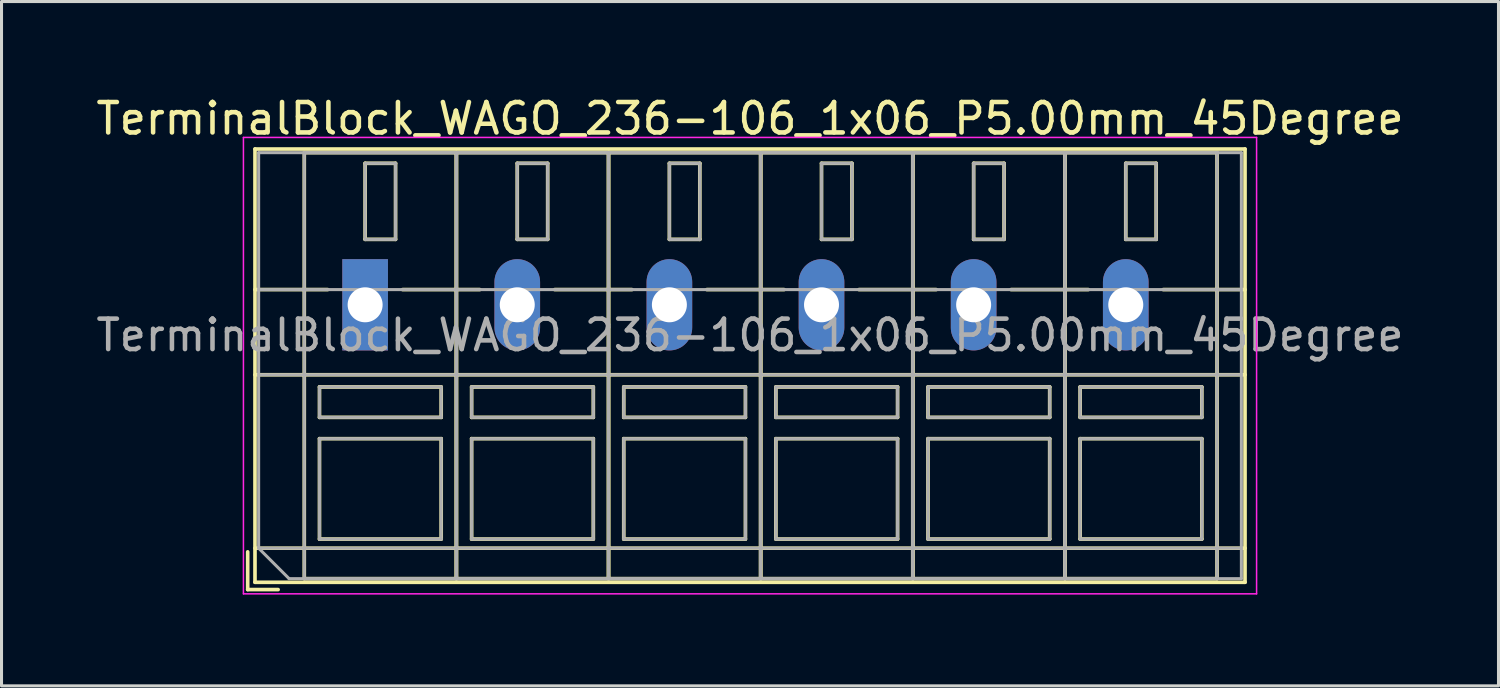
<source format=kicad_pcb>
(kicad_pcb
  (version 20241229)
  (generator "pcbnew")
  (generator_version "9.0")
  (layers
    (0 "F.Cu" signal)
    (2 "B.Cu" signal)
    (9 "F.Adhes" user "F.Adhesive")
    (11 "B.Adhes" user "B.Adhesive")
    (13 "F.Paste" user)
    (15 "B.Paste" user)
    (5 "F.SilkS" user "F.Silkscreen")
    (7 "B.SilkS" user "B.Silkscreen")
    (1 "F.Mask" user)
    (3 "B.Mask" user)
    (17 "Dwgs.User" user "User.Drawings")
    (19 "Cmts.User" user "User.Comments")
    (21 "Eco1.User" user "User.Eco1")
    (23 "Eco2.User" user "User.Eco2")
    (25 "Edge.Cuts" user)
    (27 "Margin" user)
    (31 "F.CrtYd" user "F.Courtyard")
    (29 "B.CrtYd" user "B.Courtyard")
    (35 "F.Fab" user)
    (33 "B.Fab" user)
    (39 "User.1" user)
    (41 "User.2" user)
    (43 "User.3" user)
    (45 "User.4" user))
  (footprint "TerminalBlock_WAGO_236-106_1x06_P5.00mm_45Degree"
    (layer "F.Cu")
    (at 8.951 6.968)
    (property "Reference" "TerminalBlock_WAGO_236-106_1x06_P5.00mm_45Degree" (at 12.65 -6.12 0) (layer "F.SilkS") (effects (font (size 1 1) (thickness 0.15))))
    (attr through_hole)
    (fp_line (start -3.86 8.12) (end -3.86 9.36) (stroke (width 0.12) (type solid)) (layer "F.SilkS"))
    (fp_line (start -3.86 9.36) (end -2.86 9.36) (stroke (width 0.12) (type solid)) (layer "F.SilkS"))
    (fp_line (start -3.62 -5.12) (end -3.62 9.12) (stroke (width 0.12) (type solid)) (layer "F.SilkS"))
    (fp_line (start -3.62 -5.12) (end 28.92 -5.12) (stroke (width 0.12) (type solid)) (layer "F.SilkS"))
    (fp_line (start -3.62 -0.5) (end -1.23 -0.5) (stroke (width 0.12) (type solid)) (layer "F.SilkS"))
    (fp_line (start -3.62 2.3) (end 28.92 2.3) (stroke (width 0.12) (type solid)) (layer "F.SilkS"))
    (fp_line (start -3.62 8) (end 28.92 8) (stroke (width 0.12) (type solid)) (layer "F.SilkS"))
    (fp_line (start -3.62 9.12) (end 28.92 9.12) (stroke (width 0.12) (type solid)) (layer "F.SilkS"))
    (fp_line (start -2 -5) (end -2 9) (stroke (width 0.12) (type solid)) (layer "F.SilkS"))
    (fp_line (start -2 -5) (end 3 -5) (stroke (width 0.12) (type solid)) (layer "F.SilkS"))
    (fp_line (start -2 9) (end 3 9) (stroke (width 0.12) (type solid)) (layer "F.SilkS"))
    (fp_line (start -1.5 2.7) (end -1.5 3.7) (stroke (width 0.12) (type solid)) (layer "F.SilkS"))
    (fp_line (start -1.5 2.7) (end 2.5 2.7) (stroke (width 0.12) (type solid)) (layer "F.SilkS"))
    (fp_line (start -1.5 3.7) (end 2.5 3.7) (stroke (width 0.12) (type solid)) (layer "F.SilkS"))
    (fp_line (start -1.5 4.4) (end -1.5 7.7) (stroke (width 0.12) (type solid)) (layer "F.SilkS"))
    (fp_line (start -1.5 4.4) (end 2.5 4.4) (stroke (width 0.12) (type solid)) (layer "F.SilkS"))
    (fp_line (start -1.5 7.7) (end 2.5 7.7) (stroke (width 0.12) (type solid)) (layer "F.SilkS"))
    (fp_line (start 0 -4.65) (end 0 -2.151) (stroke (width 0.12) (type solid)) (layer "F.SilkS"))
    (fp_line (start 0 -4.65) (end 1 -4.65) (stroke (width 0.12) (type solid)) (layer "F.SilkS"))
    (fp_line (start 0 -2.151) (end 1 -2.151) (stroke (width 0.12) (type solid)) (layer "F.SilkS"))
    (fp_line (start 1 -4.65) (end 1 -2.151) (stroke (width 0.12) (type solid)) (layer "F.SilkS"))
    (fp_line (start 1.23 -0.5) (end 3.77 -0.5) (stroke (width 0.12) (type solid)) (layer "F.SilkS"))
    (fp_line (start 2.5 2.7) (end 2.5 3.7) (stroke (width 0.12) (type solid)) (layer "F.SilkS"))
    (fp_line (start 2.5 4.4) (end 2.5 7.7) (stroke (width 0.12) (type solid)) (layer "F.SilkS"))
    (fp_line (start 3 -5) (end 3 9) (stroke (width 0.12) (type solid)) (layer "F.SilkS"))
    (fp_line (start 3 -5) (end 3 9) (stroke (width 0.12) (type solid)) (layer "F.SilkS"))
    (fp_line (start 3 -5) (end 8 -5) (stroke (width 0.12) (type solid)) (layer "F.SilkS"))
    (fp_line (start 3 9) (end 8 9) (stroke (width 0.12) (type solid)) (layer "F.SilkS"))
    (fp_line (start 3.5 2.7) (end 3.5 3.7) (stroke (width 0.12) (type solid)) (layer "F.SilkS"))
    (fp_line (start 3.5 2.7) (end 7.5 2.7) (stroke (width 0.12) (type solid)) (layer "F.SilkS"))
    (fp_line (start 3.5 3.7) (end 7.5 3.7) (stroke (width 0.12) (type solid)) (layer "F.SilkS"))
    (fp_line (start 3.5 4.4) (end 3.5 7.7) (stroke (width 0.12) (type solid)) (layer "F.SilkS"))
    (fp_line (start 3.5 4.4) (end 7.5 4.4) (stroke (width 0.12) (type solid)) (layer "F.SilkS"))
    (fp_line (start 3.5 7.7) (end 7.5 7.7) (stroke (width 0.12) (type solid)) (layer "F.SilkS"))
    (fp_line (start 5 -4.65) (end 5 -2.151) (stroke (width 0.12) (type solid)) (layer "F.SilkS"))
    (fp_line (start 5 -4.65) (end 6 -4.65) (stroke (width 0.12) (type solid)) (layer "F.SilkS"))
    (fp_line (start 5 -2.151) (end 6 -2.151) (stroke (width 0.12) (type solid)) (layer "F.SilkS"))
    (fp_line (start 6 -4.65) (end 6 -2.151) (stroke (width 0.12) (type solid)) (layer "F.SilkS"))
    (fp_line (start 6.23 -0.5) (end 8.77 -0.5) (stroke (width 0.12) (type solid)) (layer "F.SilkS"))
    (fp_line (start 7.5 2.7) (end 7.5 3.7) (stroke (width 0.12) (type solid)) (layer "F.SilkS"))
    (fp_line (start 7.5 4.4) (end 7.5 7.7) (stroke (width 0.12) (type solid)) (layer "F.SilkS"))
    (fp_line (start 8 -5) (end 8 9) (stroke (width 0.12) (type solid)) (layer "F.SilkS"))
    (fp_line (start 8 -5) (end 8 9) (stroke (width 0.12) (type solid)) (layer "F.SilkS"))
    (fp_line (start 8 -5) (end 13 -5) (stroke (width 0.12) (type solid)) (layer "F.SilkS"))
    (fp_line (start 8 9) (end 13 9) (stroke (width 0.12) (type solid)) (layer "F.SilkS"))
    (fp_line (start 8.5 2.7) (end 8.5 3.7) (stroke (width 0.12) (type solid)) (layer "F.SilkS"))
    (fp_line (start 8.5 2.7) (end 12.5 2.7) (stroke (width 0.12) (type solid)) (layer "F.SilkS"))
    (fp_line (start 8.5 3.7) (end 12.5 3.7) (stroke (width 0.12) (type solid)) (layer "F.SilkS"))
    (fp_line (start 8.5 4.4) (end 8.5 7.7) (stroke (width 0.12) (type solid)) (layer "F.SilkS"))
    (fp_line (start 8.5 4.4) (end 12.5 4.4) (stroke (width 0.12) (type solid)) (layer "F.SilkS"))
    (fp_line (start 8.5 7.7) (end 12.5 7.7) (stroke (width 0.12) (type solid)) (layer "F.SilkS"))
    (fp_line (start 10 -4.65) (end 10 -2.151) (stroke (width 0.12) (type solid)) (layer "F.SilkS"))
    (fp_line (start 10 -4.65) (end 11 -4.65) (stroke (width 0.12) (type solid)) (layer "F.SilkS"))
    (fp_line (start 10 -2.151) (end 11 -2.151) (stroke (width 0.12) (type solid)) (layer "F.SilkS"))
    (fp_line (start 11 -4.65) (end 11 -2.151) (stroke (width 0.12) (type solid)) (layer "F.SilkS"))
    (fp_line (start 11.23 -0.5) (end 13.77 -0.5) (stroke (width 0.12) (type solid)) (layer "F.SilkS"))
    (fp_line (start 12.5 2.7) (end 12.5 3.7) (stroke (width 0.12) (type solid)) (layer "F.SilkS"))
    (fp_line (start 12.5 4.4) (end 12.5 7.7) (stroke (width 0.12) (type solid)) (layer "F.SilkS"))
    (fp_line (start 13 -5) (end 13 9) (stroke (width 0.12) (type solid)) (layer "F.SilkS"))
    (fp_line (start 13 -5) (end 13 9) (stroke (width 0.12) (type solid)) (layer "F.SilkS"))
    (fp_line (start 13 -5) (end 18 -5) (stroke (width 0.12) (type solid)) (layer "F.SilkS"))
    (fp_line (start 13 9) (end 18 9) (stroke (width 0.12) (type solid)) (layer "F.SilkS"))
    (fp_line (start 13.5 2.7) (end 13.5 3.7) (stroke (width 0.12) (type solid)) (layer "F.SilkS"))
    (fp_line (start 13.5 2.7) (end 17.5 2.7) (stroke (width 0.12) (type solid)) (layer "F.SilkS"))
    (fp_line (start 13.5 3.7) (end 17.5 3.7) (stroke (width 0.12) (type solid)) (layer "F.SilkS"))
    (fp_line (start 13.5 4.4) (end 13.5 7.7) (stroke (width 0.12) (type solid)) (layer "F.SilkS"))
    (fp_line (start 13.5 4.4) (end 17.5 4.4) (stroke (width 0.12) (type solid)) (layer "F.SilkS"))
    (fp_line (start 13.5 7.7) (end 17.5 7.7) (stroke (width 0.12) (type solid)) (layer "F.SilkS"))
    (fp_line (start 15 -4.65) (end 15 -2.151) (stroke (width 0.12) (type solid)) (layer "F.SilkS"))
    (fp_line (start 15 -4.65) (end 16 -4.65) (stroke (width 0.12) (type solid)) (layer "F.SilkS"))
    (fp_line (start 15 -2.151) (end 16 -2.151) (stroke (width 0.12) (type solid)) (layer "F.SilkS"))
    (fp_line (start 16 -4.65) (end 16 -2.151) (stroke (width 0.12) (type solid)) (layer "F.SilkS"))
    (fp_line (start 16.23 -0.5) (end 18.77 -0.5) (stroke (width 0.12) (type solid)) (layer "F.SilkS"))
    (fp_line (start 17.5 2.7) (end 17.5 3.7) (stroke (width 0.12) (type solid)) (layer "F.SilkS"))
    (fp_line (start 17.5 4.4) (end 17.5 7.7) (stroke (width 0.12) (type solid)) (layer "F.SilkS"))
    (fp_line (start 18 -5) (end 18 9) (stroke (width 0.12) (type solid)) (layer "F.SilkS"))
    (fp_line (start 18 -5) (end 18 9) (stroke (width 0.12) (type solid)) (layer "F.SilkS"))
    (fp_line (start 18 -5) (end 23 -5) (stroke (width 0.12) (type solid)) (layer "F.SilkS"))
    (fp_line (start 18 9) (end 23 9) (stroke (width 0.12) (type solid)) (layer "F.SilkS"))
    (fp_line (start 18.5 2.7) (end 18.5 3.7) (stroke (width 0.12) (type solid)) (layer "F.SilkS"))
    (fp_line (start 18.5 2.7) (end 22.5 2.7) (stroke (width 0.12) (type solid)) (layer "F.SilkS"))
    (fp_line (start 18.5 3.7) (end 22.5 3.7) (stroke (width 0.12) (type solid)) (layer "F.SilkS"))
    (fp_line (start 18.5 4.4) (end 18.5 7.7) (stroke (width 0.12) (type solid)) (layer "F.SilkS"))
    (fp_line (start 18.5 4.4) (end 22.5 4.4) (stroke (width 0.12) (type solid)) (layer "F.SilkS"))
    (fp_line (start 18.5 7.7) (end 22.5 7.7) (stroke (width 0.12) (type solid)) (layer "F.SilkS"))
    (fp_line (start 20 -4.65) (end 20 -2.151) (stroke (width 0.12) (type solid)) (layer "F.SilkS"))
    (fp_line (start 20 -4.65) (end 21 -4.65) (stroke (width 0.12) (type solid)) (layer "F.SilkS"))
    (fp_line (start 20 -2.151) (end 21 -2.151) (stroke (width 0.12) (type solid)) (layer "F.SilkS"))
    (fp_line (start 21 -4.65) (end 21 -2.151) (stroke (width 0.12) (type solid)) (layer "F.SilkS"))
    (fp_line (start 21.23 -0.5) (end 23.77 -0.5) (stroke (width 0.12) (type solid)) (layer "F.SilkS"))
    (fp_line (start 22.5 2.7) (end 22.5 3.7) (stroke (width 0.12) (type solid)) (layer "F.SilkS"))
    (fp_line (start 22.5 4.4) (end 22.5 7.7) (stroke (width 0.12) (type solid)) (layer "F.SilkS"))
    (fp_line (start 23 -5) (end 23 9) (stroke (width 0.12) (type solid)) (layer "F.SilkS"))
    (fp_line (start 23 -5) (end 23 9) (stroke (width 0.12) (type solid)) (layer "F.SilkS"))
    (fp_line (start 23 -5) (end 28 -5) (stroke (width 0.12) (type solid)) (layer "F.SilkS"))
    (fp_line (start 23 9) (end 28 9) (stroke (width 0.12) (type solid)) (layer "F.SilkS"))
    (fp_line (start 23.5 2.7) (end 23.5 3.7) (stroke (width 0.12) (type solid)) (layer "F.SilkS"))
    (fp_line (start 23.5 2.7) (end 27.5 2.7) (stroke (width 0.12) (type solid)) (layer "F.SilkS"))
    (fp_line (start 23.5 3.7) (end 27.5 3.7) (stroke (width 0.12) (type solid)) (layer "F.SilkS"))
    (fp_line (start 23.5 4.4) (end 23.5 7.7) (stroke (width 0.12) (type solid)) (layer "F.SilkS"))
    (fp_line (start 23.5 4.4) (end 27.5 4.4) (stroke (width 0.12) (type solid)) (layer "F.SilkS"))
    (fp_line (start 23.5 7.7) (end 27.5 7.7) (stroke (width 0.12) (type solid)) (layer "F.SilkS"))
    (fp_line (start 25 -4.65) (end 25 -2.151) (stroke (width 0.12) (type solid)) (layer "F.SilkS"))
    (fp_line (start 25 -4.65) (end 26 -4.65) (stroke (width 0.12) (type solid)) (layer "F.SilkS"))
    (fp_line (start 25 -2.151) (end 26 -2.151) (stroke (width 0.12) (type solid)) (layer "F.SilkS"))
    (fp_line (start 26 -4.65) (end 26 -2.151) (stroke (width 0.12) (type solid)) (layer "F.SilkS"))
    (fp_line (start 26.23 -0.5) (end 28.92 -0.5) (stroke (width 0.12) (type solid)) (layer "F.SilkS"))
    (fp_line (start 27.5 2.7) (end 27.5 3.7) (stroke (width 0.12) (type solid)) (layer "F.SilkS"))
    (fp_line (start 27.5 4.4) (end 27.5 7.7) (stroke (width 0.12) (type solid)) (layer "F.SilkS"))
    (fp_line (start 28 -5) (end 28 9) (stroke (width 0.12) (type solid)) (layer "F.SilkS"))
    (fp_line (start 28.92 -5.12) (end 28.92 9.12) (stroke (width 0.12) (type solid)) (layer "F.SilkS"))
    (fp_line (start -4 -5.5) (end -4 9.5) (stroke (width 0.05) (type solid)) (layer "F.CrtYd"))
    (fp_line (start -4 9.5) (end 29.3 9.5) (stroke (width 0.05) (type solid)) (layer "F.CrtYd"))
    (fp_line (start 29.3 -5.5) (end -4 -5.5) (stroke (width 0.05) (type solid)) (layer "F.CrtYd"))
    (fp_line (start 29.3 9.5) (end 29.3 -5.5) (stroke (width 0.05) (type solid)) (layer "F.CrtYd"))
    (fp_line (start -3.5 -5) (end 28.8 -5) (stroke (width 0.1) (type solid)) (layer "F.Fab"))
    (fp_line (start -3.5 -0.5) (end 28.8 -0.5) (stroke (width 0.1) (type solid)) (layer "F.Fab"))
    (fp_line (start -3.5 2.3) (end 28.8 2.3) (stroke (width 0.1) (type solid)) (layer "F.Fab"))
    (fp_line (start -3.5 8) (end -3.5 -5) (stroke (width 0.1) (type solid)) (layer "F.Fab"))
    (fp_line (start -3.5 8) (end 28.8 8) (stroke (width 0.1) (type solid)) (layer "F.Fab"))
    (fp_line (start -2.5 9) (end -3.5 8) (stroke (width 0.1) (type solid)) (layer "F.Fab"))
    (fp_line (start -2 -5) (end -2 9) (stroke (width 0.1) (type solid)) (layer "F.Fab"))
    (fp_line (start -2 9) (end 3 9) (stroke (width 0.1) (type solid)) (layer "F.Fab"))
    (fp_line (start -1.5 2.7) (end -1.5 3.7) (stroke (width 0.1) (type solid)) (layer "F.Fab"))
    (fp_line (start -1.5 3.7) (end 2.5 3.7) (stroke (width 0.1) (type solid)) (layer "F.Fab"))
    (fp_line (start -1.5 4.4) (end -1.5 7.7) (stroke (width 0.1) (type solid)) (layer "F.Fab"))
    (fp_line (start -1.5 7.7) (end 2.5 7.7) (stroke (width 0.1) (type solid)) (layer "F.Fab"))
    (fp_line (start 0 -4.65) (end 0 -2.15) (stroke (width 0.1) (type solid)) (layer "F.Fab"))
    (fp_line (start 0 -2.15) (end 1 -2.15) (stroke (width 0.1) (type solid)) (layer "F.Fab"))
    (fp_line (start 1 -4.65) (end 0 -4.65) (stroke (width 0.1) (type solid)) (layer "F.Fab"))
    (fp_line (start 1 -2.15) (end 1 -4.65) (stroke (width 0.1) (type solid)) (layer "F.Fab"))
    (fp_line (start 2.5 2.7) (end -1.5 2.7) (stroke (width 0.1) (type solid)) (layer "F.Fab"))
    (fp_line (start 2.5 3.7) (end 2.5 2.7) (stroke (width 0.1) (type solid)) (layer "F.Fab"))
    (fp_line (start 2.5 4.4) (end -1.5 4.4) (stroke (width 0.1) (type solid)) (layer "F.Fab"))
    (fp_line (start 2.5 7.7) (end 2.5 4.4) (stroke (width 0.1) (type solid)) (layer "F.Fab"))
    (fp_line (start 3 -5) (end -2 -5) (stroke (width 0.1) (type solid)) (layer "F.Fab"))
    (fp_line (start 3 -5) (end 3 9) (stroke (width 0.1) (type solid)) (layer "F.Fab"))
    (fp_line (start 3 9) (end 3 -5) (stroke (width 0.1) (type solid)) (layer "F.Fab"))
    (fp_line (start 3 9) (end 8 9) (stroke (width 0.1) (type solid)) (layer "F.Fab"))
    (fp_line (start 3.5 2.7) (end 3.5 3.7) (stroke (width 0.1) (type solid)) (layer "F.Fab"))
    (fp_line (start 3.5 3.7) (end 7.5 3.7) (stroke (width 0.1) (type solid)) (layer "F.Fab"))
    (fp_line (start 3.5 4.4) (end 3.5 7.7) (stroke (width 0.1) (type solid)) (layer "F.Fab"))
    (fp_line (start 3.5 7.7) (end 7.5 7.7) (stroke (width 0.1) (type solid)) (layer "F.Fab"))
    (fp_line (start 5 -4.65) (end 5 -2.15) (stroke (width 0.1) (type solid)) (layer "F.Fab"))
    (fp_line (start 5 -2.15) (end 6 -2.15) (stroke (width 0.1) (type solid)) (layer "F.Fab"))
    (fp_line (start 6 -4.65) (end 5 -4.65) (stroke (width 0.1) (type solid)) (layer "F.Fab"))
    (fp_line (start 6 -2.15) (end 6 -4.65) (stroke (width 0.1) (type solid)) (layer "F.Fab"))
    (fp_line (start 7.5 2.7) (end 3.5 2.7) (stroke (width 0.1) (type solid)) (layer "F.Fab"))
    (fp_line (start 7.5 3.7) (end 7.5 2.7) (stroke (width 0.1) (type solid)) (layer "F.Fab"))
    (fp_line (start 7.5 4.4) (end 3.5 4.4) (stroke (width 0.1) (type solid)) (layer "F.Fab"))
    (fp_line (start 7.5 7.7) (end 7.5 4.4) (stroke (width 0.1) (type solid)) (layer "F.Fab"))
    (fp_line (start 8 -5) (end 3 -5) (stroke (width 0.1) (type solid)) (layer "F.Fab"))
    (fp_line (start 8 -5) (end 8 9) (stroke (width 0.1) (type solid)) (layer "F.Fab"))
    (fp_line (start 8 9) (end 8 -5) (stroke (width 0.1) (type solid)) (layer "F.Fab"))
    (fp_line (start 8 9) (end 13 9) (stroke (width 0.1) (type solid)) (layer "F.Fab"))
    (fp_line (start 8.5 2.7) (end 8.5 3.7) (stroke (width 0.1) (type solid)) (layer "F.Fab"))
    (fp_line (start 8.5 3.7) (end 12.5 3.7) (stroke (width 0.1) (type solid)) (layer "F.Fab"))
    (fp_line (start 8.5 4.4) (end 8.5 7.7) (stroke (width 0.1) (type solid)) (layer "F.Fab"))
    (fp_line (start 8.5 7.7) (end 12.5 7.7) (stroke (width 0.1) (type solid)) (layer "F.Fab"))
    (fp_line (start 10 -4.65) (end 10 -2.15) (stroke (width 0.1) (type solid)) (layer "F.Fab"))
    (fp_line (start 10 -2.15) (end 11 -2.15) (stroke (width 0.1) (type solid)) (layer "F.Fab"))
    (fp_line (start 11 -4.65) (end 10 -4.65) (stroke (width 0.1) (type solid)) (layer "F.Fab"))
    (fp_line (start 11 -2.15) (end 11 -4.65) (stroke (width 0.1) (type solid)) (layer "F.Fab"))
    (fp_line (start 12.5 2.7) (end 8.5 2.7) (stroke (width 0.1) (type solid)) (layer "F.Fab"))
    (fp_line (start 12.5 3.7) (end 12.5 2.7) (stroke (width 0.1) (type solid)) (layer "F.Fab"))
    (fp_line (start 12.5 4.4) (end 8.5 4.4) (stroke (width 0.1) (type solid)) (layer "F.Fab"))
    (fp_line (start 12.5 7.7) (end 12.5 4.4) (stroke (width 0.1) (type solid)) (layer "F.Fab"))
    (fp_line (start 13 -5) (end 8 -5) (stroke (width 0.1) (type solid)) (layer "F.Fab"))
    (fp_line (start 13 -5) (end 13 9) (stroke (width 0.1) (type solid)) (layer "F.Fab"))
    (fp_line (start 13 9) (end 13 -5) (stroke (width 0.1) (type solid)) (layer "F.Fab"))
    (fp_line (start 13 9) (end 18 9) (stroke (width 0.1) (type solid)) (layer "F.Fab"))
    (fp_line (start 13.5 2.7) (end 13.5 3.7) (stroke (width 0.1) (type solid)) (layer "F.Fab"))
    (fp_line (start 13.5 3.7) (end 17.5 3.7) (stroke (width 0.1) (type solid)) (layer "F.Fab"))
    (fp_line (start 13.5 4.4) (end 13.5 7.7) (stroke (width 0.1) (type solid)) (layer "F.Fab"))
    (fp_line (start 13.5 7.7) (end 17.5 7.7) (stroke (width 0.1) (type solid)) (layer "F.Fab"))
    (fp_line (start 15 -4.65) (end 15 -2.15) (stroke (width 0.1) (type solid)) (layer "F.Fab"))
    (fp_line (start 15 -2.15) (end 16 -2.15) (stroke (width 0.1) (type solid)) (layer "F.Fab"))
    (fp_line (start 16 -4.65) (end 15 -4.65) (stroke (width 0.1) (type solid)) (layer "F.Fab"))
    (fp_line (start 16 -2.15) (end 16 -4.65) (stroke (width 0.1) (type solid)) (layer "F.Fab"))
    (fp_line (start 17.5 2.7) (end 13.5 2.7) (stroke (width 0.1) (type solid)) (layer "F.Fab"))
    (fp_line (start 17.5 3.7) (end 17.5 2.7) (stroke (width 0.1) (type solid)) (layer "F.Fab"))
    (fp_line (start 17.5 4.4) (end 13.5 4.4) (stroke (width 0.1) (type solid)) (layer "F.Fab"))
    (fp_line (start 17.5 7.7) (end 17.5 4.4) (stroke (width 0.1) (type solid)) (layer "F.Fab"))
    (fp_line (start 18 -5) (end 13 -5) (stroke (width 0.1) (type solid)) (layer "F.Fab"))
    (fp_line (start 18 -5) (end 18 9) (stroke (width 0.1) (type solid)) (layer "F.Fab"))
    (fp_line (start 18 9) (end 18 -5) (stroke (width 0.1) (type solid)) (layer "F.Fab"))
    (fp_line (start 18 9) (end 23 9) (stroke (width 0.1) (type solid)) (layer "F.Fab"))
    (fp_line (start 18.5 2.7) (end 18.5 3.7) (stroke (width 0.1) (type solid)) (layer "F.Fab"))
    (fp_line (start 18.5 3.7) (end 22.5 3.7) (stroke (width 0.1) (type solid)) (layer "F.Fab"))
    (fp_line (start 18.5 4.4) (end 18.5 7.7) (stroke (width 0.1) (type solid)) (layer "F.Fab"))
    (fp_line (start 18.5 7.7) (end 22.5 7.7) (stroke (width 0.1) (type solid)) (layer "F.Fab"))
    (fp_line (start 20 -4.65) (end 20 -2.15) (stroke (width 0.1) (type solid)) (layer "F.Fab"))
    (fp_line (start 20 -2.15) (end 21 -2.15) (stroke (width 0.1) (type solid)) (layer "F.Fab"))
    (fp_line (start 21 -4.65) (end 20 -4.65) (stroke (width 0.1) (type solid)) (layer "F.Fab"))
    (fp_line (start 21 -2.15) (end 21 -4.65) (stroke (width 0.1) (type solid)) (layer "F.Fab"))
    (fp_line (start 22.5 2.7) (end 18.5 2.7) (stroke (width 0.1) (type solid)) (layer "F.Fab"))
    (fp_line (start 22.5 3.7) (end 22.5 2.7) (stroke (width 0.1) (type solid)) (layer "F.Fab"))
    (fp_line (start 22.5 4.4) (end 18.5 4.4) (stroke (width 0.1) (type solid)) (layer "F.Fab"))
    (fp_line (start 22.5 7.7) (end 22.5 4.4) (stroke (width 0.1) (type solid)) (layer "F.Fab"))
    (fp_line (start 23 -5) (end 18 -5) (stroke (width 0.1) (type solid)) (layer "F.Fab"))
    (fp_line (start 23 -5) (end 23 9) (stroke (width 0.1) (type solid)) (layer "F.Fab"))
    (fp_line (start 23 9) (end 23 -5) (stroke (width 0.1) (type solid)) (layer "F.Fab"))
    (fp_line (start 23 9) (end 28 9) (stroke (width 0.1) (type solid)) (layer "F.Fab"))
    (fp_line (start 23.5 2.7) (end 23.5 3.7) (stroke (width 0.1) (type solid)) (layer "F.Fab"))
    (fp_line (start 23.5 3.7) (end 27.5 3.7) (stroke (width 0.1) (type solid)) (layer "F.Fab"))
    (fp_line (start 23.5 4.4) (end 23.5 7.7) (stroke (width 0.1) (type solid)) (layer "F.Fab"))
    (fp_line (start 23.5 7.7) (end 27.5 7.7) (stroke (width 0.1) (type solid)) (layer "F.Fab"))
    (fp_line (start 25 -4.65) (end 25 -2.15) (stroke (width 0.1) (type solid)) (layer "F.Fab"))
    (fp_line (start 25 -2.15) (end 26 -2.15) (stroke (width 0.1) (type solid)) (layer "F.Fab"))
    (fp_line (start 26 -4.65) (end 25 -4.65) (stroke (width 0.1) (type solid)) (layer "F.Fab"))
    (fp_line (start 26 -2.15) (end 26 -4.65) (stroke (width 0.1) (type solid)) (layer "F.Fab"))
    (fp_line (start 27.5 2.7) (end 23.5 2.7) (stroke (width 0.1) (type solid)) (layer "F.Fab"))
    (fp_line (start 27.5 3.7) (end 27.5 2.7) (stroke (width 0.1) (type solid)) (layer "F.Fab"))
    (fp_line (start 27.5 4.4) (end 23.5 4.4) (stroke (width 0.1) (type solid)) (layer "F.Fab"))
    (fp_line (start 27.5 7.7) (end 27.5 4.4) (stroke (width 0.1) (type solid)) (layer "F.Fab"))
    (fp_line (start 28 -5) (end 23 -5) (stroke (width 0.1) (type solid)) (layer "F.Fab"))
    (fp_line (start 28 9) (end 28 -5) (stroke (width 0.1) (type solid)) (layer "F.Fab"))
    (fp_line (start 28.8 -5) (end 28.8 9) (stroke (width 0.1) (type solid)) (layer "F.Fab"))
    (fp_line (start 28.8 9) (end -2.5 9) (stroke (width 0.1) (type solid)) (layer "F.Fab"))
    (fp_text user "${REFERENCE}" (at 12.65 1 0) (layer "F.Fab") (effects (font (size 1 1) (thickness 0.15))))
    (pad "1" thru_hole rect (at 0 0) (size 1.5 3) (drill 1.15) (layers "*.Cu" "*.Mask"))
    (pad "2" thru_hole oval (at 5 0) (size 1.5 3) (drill 1.15) (layers "*.Cu" "*.Mask"))
    (pad "3" thru_hole oval (at 10 0) (size 1.5 3) (drill 1.15) (layers "*.Cu" "*.Mask"))
    (pad "4" thru_hole oval (at 15 0) (size 1.5 3) (drill 1.15) (layers "*.Cu" "*.Mask"))
    (pad "5" thru_hole oval (at 20 0) (size 1.5 3) (drill 1.15) (layers "*.Cu" "*.Mask"))
    (pad "6" thru_hole oval (at 25 0) (size 1.5 3) (drill 1.15) (layers "*.Cu" "*.Mask")))
  (gr_rect
    (start -3 -3)
    (end 46.202 19.493)
    (stroke (width 0.1) (type default))
    (fill no)
    (layer "Edge.Cuts")))
</source>
